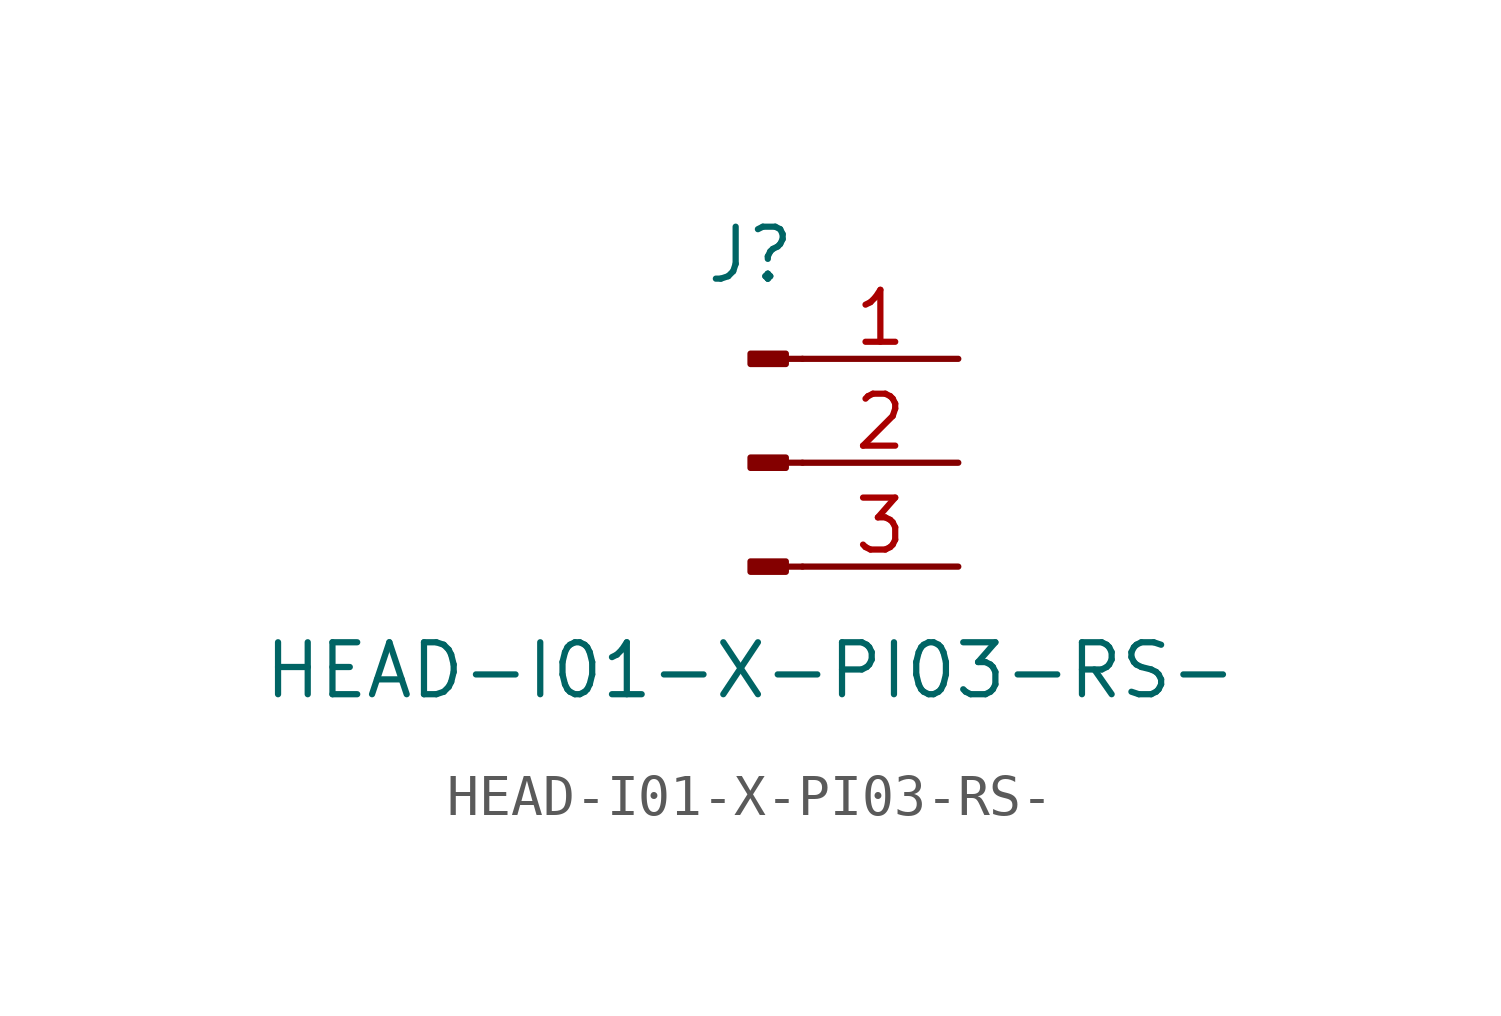
<source format=kicad_sym>
(kicad_symbol_lib
  (version 20211014)
  (generator kicad_symbol_editor)
  (symbol "HEAD-I01-X-PI03-RS-"
    (pin_names
      (offset 1.016) hide)
    (property "Reference" "J"
      (at 0 5.08 0)
      (effects (font (size 1.27 1.27))))
    (property "Value" "HEAD-I01-X-PI03-RS-"
      (at 0 -5.08 0)
      (effects (font (size 1.27 1.27))))
    (symbol "HEAD-I01-X-PI03-RS-_1_1"
      (polyline (pts (xy 1.27 -2.54) (xy 0.864 -2.54)) (stroke (width 0.152) (type default) (color 0 0 0 0)) (fill (type none)))
      (polyline (pts (xy 1.27 0) (xy 0.864 0)) (stroke (width 0.152) (type default) (color 0 0 0 0)) (fill (type none)))
      (polyline (pts (xy 1.27 2.54) (xy 0.864 2.54)) (stroke (width 0.152) (type default) (color 0 0 0 0)) (fill (type none)))
      (rectangle (start 0.864 -2.413) (end 0 -2.667) (stroke (width 0.152) (type default) (color 0 0 0 0)) (fill (type outline)))
      (rectangle (start 0.864 0.127) (end 0 -0.127) (stroke (width 0.152) (type default) (color 0 0 0 0)) (fill (type outline)))
      (rectangle (start 0.864 2.667) (end 0 2.413) (stroke (width 0.152) (type default) (color 0 0 0 0)) (fill (type outline)))
      (pin passive line (at 5.08 2.54 180) (length 3.81) (name "Pin_1" (effects (font (size 1.27 1.27)))) (number "1" (effects (font (size 1.27 1.27)))))
      (pin passive line (at 5.08 0 180) (length 3.81) (name "Pin_2" (effects (font (size 1.27 1.27)))) (number "2" (effects (font (size 1.27 1.27)))))
      (pin passive line (at 5.08 -2.54 180) (length 3.81) (name "Pin_3" (effects (font (size 1.27 1.27)))) (number "3" (effects (font (size 1.27 1.27))))))))
</source>
